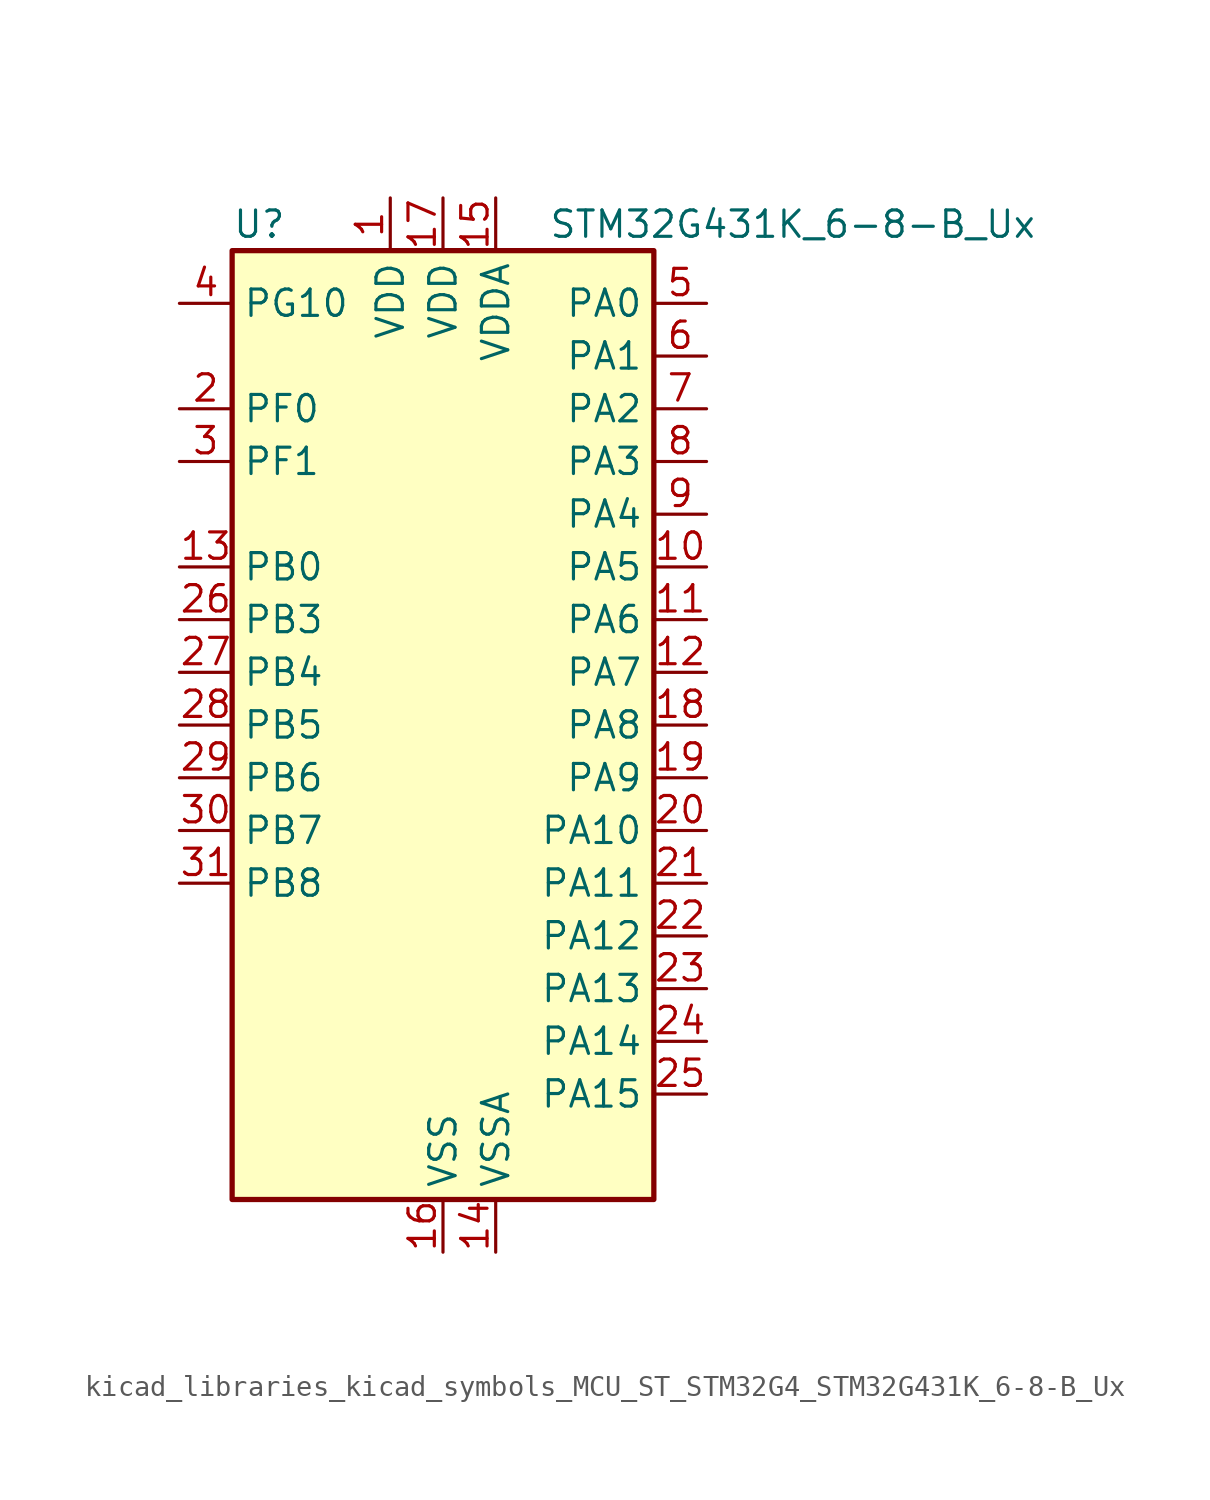
<source format=kicad_sym>
(kicad_symbol_lib
  (version 20220914)
  (generator kicad_symbol_editor)
  (symbol "kicad_libraries_kicad_symbols_MCU_ST_STM32G4_STM32G431K_6-8-B_Ux"
    (property "Reference" "U"
      (at -10.16 24.13 0)
      (effects (font (size 1.27 1.27)) (justify left)))
    (property "Value" "STM32G431K_6-8-B_Ux"
      (at 5.08 24.13 0)
      (effects (font (size 1.27 1.27)) (justify left)))
    (property "ki_locked" ""
      (at 0 0 0)
      (effects (font (size 1.27 1.27))))
    (symbol "kicad_libraries_kicad_symbols_MCU_ST_STM32G4_STM32G431K_6-8-B_Ux_0_1"
      (rectangle (start -10.16 -22.86) (end 10.16 22.86) (stroke (width 0.254) (type default)) (fill (type background))))
    (symbol "kicad_libraries_kicad_symbols_MCU_ST_STM32G4_STM32G431K_6-8-B_Ux_1_1"
      (pin power_in line (at -2.54 25.4 270) (length 2.54) (name "VDD" (effects (font (size 1.27 1.27)))) (number "1" (effects (font (size 1.27 1.27)))))
      (pin bidirectional line (at 12.7 7.62 180) (length 2.54) (name "PA5" (effects (font (size 1.27 1.27)))) (number "10" (effects (font (size 1.27 1.27)))) (alternate "ADC2_IN13" bidirectional line) (alternate "COMP2_INM" bidirectional line) (alternate "DAC1_OUT2" bidirectional line) (alternate "OPAMP2_VINM" bidirectional line) (alternate "OPAMP2_VINM0" bidirectional line) (alternate "OPAMP2_VINM_SEC" bidirectional line) (alternate "SPI1_SCK" bidirectional line) (alternate "TIM2_CH1" bidirectional line) (alternate "TIM2_ETR" bidirectional line) (alternate "UCPD1_FRSTX1" bidirectional line) (alternate "UCPD1_FRSTX2" bidirectional line))
      (pin bidirectional line (at 12.7 5.08 180) (length 2.54) (name "PA6" (effects (font (size 1.27 1.27)))) (number "11" (effects (font (size 1.27 1.27)))) (alternate "ADC2_IN3" bidirectional line) (alternate "COMP1_OUT" bidirectional line) (alternate "LPUART1_CTS" bidirectional line) (alternate "OPAMP2_VOUT" bidirectional line) (alternate "SPI1_MISO" bidirectional line) (alternate "TIM16_CH1" bidirectional line) (alternate "TIM1_BKIN" bidirectional line) (alternate "TIM3_CH1" bidirectional line) (alternate "TIM8_BKIN" bidirectional line))
      (pin bidirectional line (at 12.7 2.54 180) (length 2.54) (name "PA7" (effects (font (size 1.27 1.27)))) (number "12" (effects (font (size 1.27 1.27)))) (alternate "ADC2_IN4" bidirectional line) (alternate "COMP2_INP" bidirectional line) (alternate "COMP2_OUT" bidirectional line) (alternate "OPAMP1_VINP" bidirectional line) (alternate "OPAMP1_VINP_SEC" bidirectional line) (alternate "OPAMP2_VINP" bidirectional line) (alternate "OPAMP2_VINP_SEC" bidirectional line) (alternate "SPI1_MOSI" bidirectional line) (alternate "TIM17_CH1" bidirectional line) (alternate "TIM1_CH1N" bidirectional line) (alternate "TIM3_CH2" bidirectional line) (alternate "TIM8_CH1N" bidirectional line) (alternate "UCPD1_FRSTX1" bidirectional line) (alternate "UCPD1_FRSTX2" bidirectional line))
      (pin bidirectional line (at -12.7 7.62 0) (length 2.54) (name "PB0" (effects (font (size 1.27 1.27)))) (number "13" (effects (font (size 1.27 1.27)))) (alternate "ADC1_IN15" bidirectional line) (alternate "COMP4_INP" bidirectional line) (alternate "OPAMP2_VINP" bidirectional line) (alternate "OPAMP2_VINP_SEC" bidirectional line) (alternate "OPAMP3_VINP" bidirectional line) (alternate "OPAMP3_VINP_SEC" bidirectional line) (alternate "TIM1_CH2N" bidirectional line) (alternate "TIM3_CH3" bidirectional line) (alternate "TIM8_CH2N" bidirectional line) (alternate "UCPD1_FRSTX1" bidirectional line) (alternate "UCPD1_FRSTX2" bidirectional line))
      (pin power_in line (at 2.54 -25.4 90) (length 2.54) (name "VSSA" (effects (font (size 1.27 1.27)))) (number "14" (effects (font (size 1.27 1.27)))))
      (pin power_in line (at 2.54 25.4 270) (length 2.54) (name "VDDA" (effects (font (size 1.27 1.27)))) (number "15" (effects (font (size 1.27 1.27)))))
      (pin power_in line (at 0 -25.4 90) (length 2.54) (name "VSS" (effects (font (size 1.27 1.27)))) (number "16" (effects (font (size 1.27 1.27)))))
      (pin power_in line (at 0 25.4 270) (length 2.54) (name "VDD" (effects (font (size 1.27 1.27)))) (number "17" (effects (font (size 1.27 1.27)))))
      (pin bidirectional line (at 12.7 0 180) (length 2.54) (name "PA8" (effects (font (size 1.27 1.27)))) (number "18" (effects (font (size 1.27 1.27)))) (alternate "I2C2_SDA" bidirectional line) (alternate "I2C3_SCL" bidirectional line) (alternate "I2S2_MCK" bidirectional line) (alternate "RCC_MCO" bidirectional line) (alternate "SAI1_CK2" bidirectional line) (alternate "SAI1_SCK_A" bidirectional line) (alternate "TIM1_CH1" bidirectional line) (alternate "TIM4_ETR" bidirectional line) (alternate "USART1_CK" bidirectional line))
      (pin bidirectional line (at 12.7 -2.54 180) (length 2.54) (name "PA9" (effects (font (size 1.27 1.27)))) (number "19" (effects (font (size 1.27 1.27)))) (alternate "DAC1_EXTI9" bidirectional line) (alternate "DAC3_EXTI9" bidirectional line) (alternate "I2C2_SCL" bidirectional line) (alternate "I2C3_SMBA" bidirectional line) (alternate "I2S3_MCK" bidirectional line) (alternate "SAI1_FS_A" bidirectional line) (alternate "TIM15_BKIN" bidirectional line) (alternate "TIM1_CH2" bidirectional line) (alternate "TIM2_CH3" bidirectional line) (alternate "UCPD1_DBCC1" bidirectional line) (alternate "USART1_TX" bidirectional line))
      (pin bidirectional line (at -12.7 15.24 0) (length 2.54) (name "PF0" (effects (font (size 1.27 1.27)))) (number "2" (effects (font (size 1.27 1.27)))) (alternate "ADC1_IN10" bidirectional line) (alternate "I2C2_SDA" bidirectional line) (alternate "I2S2_WS" bidirectional line) (alternate "RCC_OSC_IN" bidirectional line) (alternate "SPI2_NSS" bidirectional line) (alternate "TIM1_CH3N" bidirectional line))
      (pin bidirectional line (at 12.7 -5.08 180) (length 2.54) (name "PA10" (effects (font (size 1.27 1.27)))) (number "20" (effects (font (size 1.27 1.27)))) (alternate "CRS_SYNC" bidirectional line) (alternate "DAC1_EXTI10" bidirectional line) (alternate "DAC3_EXTI10" bidirectional line) (alternate "I2C2_SMBA" bidirectional line) (alternate "SAI1_D1" bidirectional line) (alternate "SAI1_SD_A" bidirectional line) (alternate "SPI2_MISO" bidirectional line) (alternate "TIM17_BKIN" bidirectional line) (alternate "TIM1_CH3" bidirectional line) (alternate "TIM2_CH4" bidirectional line) (alternate "TIM8_BKIN" bidirectional line) (alternate "UCPD1_DBCC2" bidirectional line) (alternate "USART1_RX" bidirectional line))
      (pin bidirectional line (at 12.7 -7.62 180) (length 2.54) (name "PA11" (effects (font (size 1.27 1.27)))) (number "21" (effects (font (size 1.27 1.27)))) (alternate "ADC1_EXTI11" bidirectional line) (alternate "ADC2_EXTI11" bidirectional line) (alternate "COMP1_OUT" bidirectional line) (alternate "FDCAN1_RX" bidirectional line) (alternate "I2S2_SD" bidirectional line) (alternate "SPI2_MOSI" bidirectional line) (alternate "TIM1_BKIN2" bidirectional line) (alternate "TIM1_CH1N" bidirectional line) (alternate "TIM1_CH4" bidirectional line) (alternate "TIM4_CH1" bidirectional line) (alternate "USART1_CTS" bidirectional line) (alternate "USART1_NSS" bidirectional line) (alternate "USB_DM" bidirectional line))
      (pin bidirectional line (at 12.7 -10.16 180) (length 2.54) (name "PA12" (effects (font (size 1.27 1.27)))) (number "22" (effects (font (size 1.27 1.27)))) (alternate "COMP2_OUT" bidirectional line) (alternate "FDCAN1_TX" bidirectional line) (alternate "I2S_CKIN" bidirectional line) (alternate "TIM16_CH1" bidirectional line) (alternate "TIM1_CH2N" bidirectional line) (alternate "TIM1_ETR" bidirectional line) (alternate "TIM4_CH2" bidirectional line) (alternate "USART1_DE" bidirectional line) (alternate "USART1_RTS" bidirectional line) (alternate "USB_DP" bidirectional line))
      (pin bidirectional line (at 12.7 -12.7 180) (length 2.54) (name "PA13" (effects (font (size 1.27 1.27)))) (number "23" (effects (font (size 1.27 1.27)))) (alternate "I2C1_SCL" bidirectional line) (alternate "IR_OUT" bidirectional line) (alternate "SAI1_SD_B" bidirectional line) (alternate "SYS_JTMS-SWDIO" bidirectional line) (alternate "TIM16_CH1N" bidirectional line) (alternate "TIM4_CH3" bidirectional line))
      (pin bidirectional line (at 12.7 -15.24 180) (length 2.54) (name "PA14" (effects (font (size 1.27 1.27)))) (number "24" (effects (font (size 1.27 1.27)))) (alternate "I2C1_SDA" bidirectional line) (alternate "LPTIM1_OUT" bidirectional line) (alternate "SAI1_FS_B" bidirectional line) (alternate "SYS_JTCK-SWCLK" bidirectional line) (alternate "TIM1_BKIN" bidirectional line) (alternate "TIM8_CH2" bidirectional line) (alternate "USART2_TX" bidirectional line))
      (pin bidirectional line (at 12.7 -17.78 180) (length 2.54) (name "PA15" (effects (font (size 1.27 1.27)))) (number "25" (effects (font (size 1.27 1.27)))) (alternate "ADC1_EXTI15" bidirectional line) (alternate "ADC2_EXTI15" bidirectional line) (alternate "I2C1_SCL" bidirectional line) (alternate "I2S3_WS" bidirectional line) (alternate "SPI1_NSS" bidirectional line) (alternate "SPI3_NSS" bidirectional line) (alternate "SYS_JTDI" bidirectional line) (alternate "TIM1_BKIN" bidirectional line) (alternate "TIM2_CH1" bidirectional line) (alternate "TIM2_ETR" bidirectional line) (alternate "TIM8_CH1" bidirectional line) (alternate "USART2_RX" bidirectional line))
      (pin bidirectional line (at -12.7 5.08 0) (length 2.54) (name "PB3" (effects (font (size 1.27 1.27)))) (number "26" (effects (font (size 1.27 1.27)))) (alternate "CRS_SYNC" bidirectional line) (alternate "I2S3_CK" bidirectional line) (alternate "SAI1_SCK_B" bidirectional line) (alternate "SPI1_SCK" bidirectional line) (alternate "SPI3_SCK" bidirectional line) (alternate "SYS_JTDO-SWO" bidirectional line) (alternate "TIM2_CH2" bidirectional line) (alternate "TIM3_ETR" bidirectional line) (alternate "TIM4_ETR" bidirectional line) (alternate "TIM8_CH1N" bidirectional line) (alternate "USART2_TX" bidirectional line))
      (pin bidirectional line (at -12.7 2.54 0) (length 2.54) (name "PB4" (effects (font (size 1.27 1.27)))) (number "27" (effects (font (size 1.27 1.27)))) (alternate "SAI1_MCLK_B" bidirectional line) (alternate "SPI1_MISO" bidirectional line) (alternate "SPI3_MISO" bidirectional line) (alternate "SYS_JTRST" bidirectional line) (alternate "TIM16_CH1" bidirectional line) (alternate "TIM17_BKIN" bidirectional line) (alternate "TIM3_CH1" bidirectional line) (alternate "TIM8_CH2N" bidirectional line) (alternate "UCPD1_CC2" bidirectional line) (alternate "USART2_RX" bidirectional line))
      (pin bidirectional line (at -12.7 0 0) (length 2.54) (name "PB5" (effects (font (size 1.27 1.27)))) (number "28" (effects (font (size 1.27 1.27)))) (alternate "I2C1_SMBA" bidirectional line) (alternate "I2C3_SDA" bidirectional line) (alternate "I2S3_SD" bidirectional line) (alternate "LPTIM1_IN1" bidirectional line) (alternate "SAI1_SD_B" bidirectional line) (alternate "SPI1_MOSI" bidirectional line) (alternate "SPI3_MOSI" bidirectional line) (alternate "TIM16_BKIN" bidirectional line) (alternate "TIM17_CH1" bidirectional line) (alternate "TIM3_CH2" bidirectional line) (alternate "TIM8_CH3N" bidirectional line) (alternate "USART2_CK" bidirectional line))
      (pin bidirectional line (at -12.7 -2.54 0) (length 2.54) (name "PB6" (effects (font (size 1.27 1.27)))) (number "29" (effects (font (size 1.27 1.27)))) (alternate "COMP4_OUT" bidirectional line) (alternate "LPTIM1_ETR" bidirectional line) (alternate "SAI1_FS_B" bidirectional line) (alternate "TIM16_CH1N" bidirectional line) (alternate "TIM4_CH1" bidirectional line) (alternate "TIM8_BKIN2" bidirectional line) (alternate "TIM8_CH1" bidirectional line) (alternate "TIM8_ETR" bidirectional line) (alternate "UCPD1_CC1" bidirectional line) (alternate "USART1_TX" bidirectional line))
      (pin bidirectional line (at -12.7 12.7 0) (length 2.54) (name "PF1" (effects (font (size 1.27 1.27)))) (number "3" (effects (font (size 1.27 1.27)))) (alternate "ADC2_IN10" bidirectional line) (alternate "COMP3_INM" bidirectional line) (alternate "I2S2_CK" bidirectional line) (alternate "RCC_OSC_OUT" bidirectional line) (alternate "SPI2_SCK" bidirectional line))
      (pin bidirectional line (at -12.7 -5.08 0) (length 2.54) (name "PB7" (effects (font (size 1.27 1.27)))) (number "30" (effects (font (size 1.27 1.27)))) (alternate "COMP3_OUT" bidirectional line) (alternate "I2C1_SDA" bidirectional line) (alternate "LPTIM1_IN2" bidirectional line) (alternate "SYS_PVD_IN" bidirectional line) (alternate "TIM17_CH1N" bidirectional line) (alternate "TIM3_CH4" bidirectional line) (alternate "TIM4_CH2" bidirectional line) (alternate "TIM8_BKIN" bidirectional line) (alternate "USART1_RX" bidirectional line))
      (pin bidirectional line (at -12.7 -7.62 0) (length 2.54) (name "PB8" (effects (font (size 1.27 1.27)))) (number "31" (effects (font (size 1.27 1.27)))) (alternate "COMP1_OUT" bidirectional line) (alternate "FDCAN1_RX" bidirectional line) (alternate "I2C1_SCL" bidirectional line) (alternate "SAI1_CK1" bidirectional line) (alternate "SAI1_MCLK_A" bidirectional line) (alternate "TIM16_CH1" bidirectional line) (alternate "TIM1_BKIN" bidirectional line) (alternate "TIM4_CH3" bidirectional line) (alternate "TIM8_CH2" bidirectional line))
      (pin passive line (at 0 -25.4 90) (length 2.54) hide (name "VSS" (effects (font (size 1.27 1.27)))) (number "32" (effects (font (size 1.27 1.27)))))
      (pin passive line (at 0 -25.4 90) (length 2.54) hide (name "VSS" (effects (font (size 1.27 1.27)))) (number "33" (effects (font (size 1.27 1.27)))))
      (pin bidirectional line (at -12.7 20.32 0) (length 2.54) (name "PG10" (effects (font (size 1.27 1.27)))) (number "4" (effects (font (size 1.27 1.27)))) (alternate "DAC1_EXTI10" bidirectional line) (alternate "DAC3_EXTI10" bidirectional line) (alternate "RCC_MCO" bidirectional line))
      (pin bidirectional line (at 12.7 20.32 180) (length 2.54) (name "PA0" (effects (font (size 1.27 1.27)))) (number "5" (effects (font (size 1.27 1.27)))) (alternate "ADC1_IN1" bidirectional line) (alternate "ADC2_IN1" bidirectional line) (alternate "COMP1_INM" bidirectional line) (alternate "COMP1_OUT" bidirectional line) (alternate "COMP3_INP" bidirectional line) (alternate "RTC_TAMP2" bidirectional line) (alternate "SYS_WKUP1" bidirectional line) (alternate "TIM2_CH1" bidirectional line) (alternate "TIM2_ETR" bidirectional line) (alternate "TIM8_BKIN" bidirectional line) (alternate "TIM8_ETR" bidirectional line) (alternate "USART2_CTS" bidirectional line) (alternate "USART2_NSS" bidirectional line))
      (pin bidirectional line (at 12.7 17.78 180) (length 2.54) (name "PA1" (effects (font (size 1.27 1.27)))) (number "6" (effects (font (size 1.27 1.27)))) (alternate "ADC1_IN2" bidirectional line) (alternate "ADC2_IN2" bidirectional line) (alternate "COMP1_INP" bidirectional line) (alternate "OPAMP1_VINP" bidirectional line) (alternate "OPAMP1_VINP_SEC" bidirectional line) (alternate "OPAMP3_VINP" bidirectional line) (alternate "OPAMP3_VINP_SEC" bidirectional line) (alternate "RTC_REFIN" bidirectional line) (alternate "TIM15_CH1N" bidirectional line) (alternate "TIM2_CH2" bidirectional line) (alternate "USART2_DE" bidirectional line) (alternate "USART2_RTS" bidirectional line))
      (pin bidirectional line (at 12.7 15.24 180) (length 2.54) (name "PA2" (effects (font (size 1.27 1.27)))) (number "7" (effects (font (size 1.27 1.27)))) (alternate "ADC1_IN3" bidirectional line) (alternate "COMP2_INM" bidirectional line) (alternate "COMP2_OUT" bidirectional line) (alternate "LPUART1_TX" bidirectional line) (alternate "OPAMP1_VOUT" bidirectional line) (alternate "RCC_LSCO" bidirectional line) (alternate "SYS_WKUP4" bidirectional line) (alternate "TIM15_CH1" bidirectional line) (alternate "TIM2_CH3" bidirectional line) (alternate "UCPD1_FRSTX1" bidirectional line) (alternate "UCPD1_FRSTX2" bidirectional line) (alternate "USART2_TX" bidirectional line))
      (pin bidirectional line (at 12.7 12.7 180) (length 2.54) (name "PA3" (effects (font (size 1.27 1.27)))) (number "8" (effects (font (size 1.27 1.27)))) (alternate "ADC1_IN4" bidirectional line) (alternate "COMP2_INP" bidirectional line) (alternate "LPUART1_RX" bidirectional line) (alternate "OPAMP1_VINM" bidirectional line) (alternate "OPAMP1_VINM0" bidirectional line) (alternate "OPAMP1_VINM_SEC" bidirectional line) (alternate "OPAMP1_VINP" bidirectional line) (alternate "OPAMP1_VINP_SEC" bidirectional line) (alternate "SAI1_CK1" bidirectional line) (alternate "SAI1_MCLK_A" bidirectional line) (alternate "TIM15_CH2" bidirectional line) (alternate "TIM2_CH4" bidirectional line) (alternate "USART2_RX" bidirectional line))
      (pin bidirectional line (at 12.7 10.16 180) (length 2.54) (name "PA4" (effects (font (size 1.27 1.27)))) (number "9" (effects (font (size 1.27 1.27)))) (alternate "ADC2_IN17" bidirectional line) (alternate "COMP1_INM" bidirectional line) (alternate "DAC1_OUT1" bidirectional line) (alternate "I2S3_WS" bidirectional line) (alternate "SAI1_FS_B" bidirectional line) (alternate "SPI1_NSS" bidirectional line) (alternate "SPI3_NSS" bidirectional line) (alternate "TIM3_CH2" bidirectional line) (alternate "USART2_CK" bidirectional line)))))
</source>
